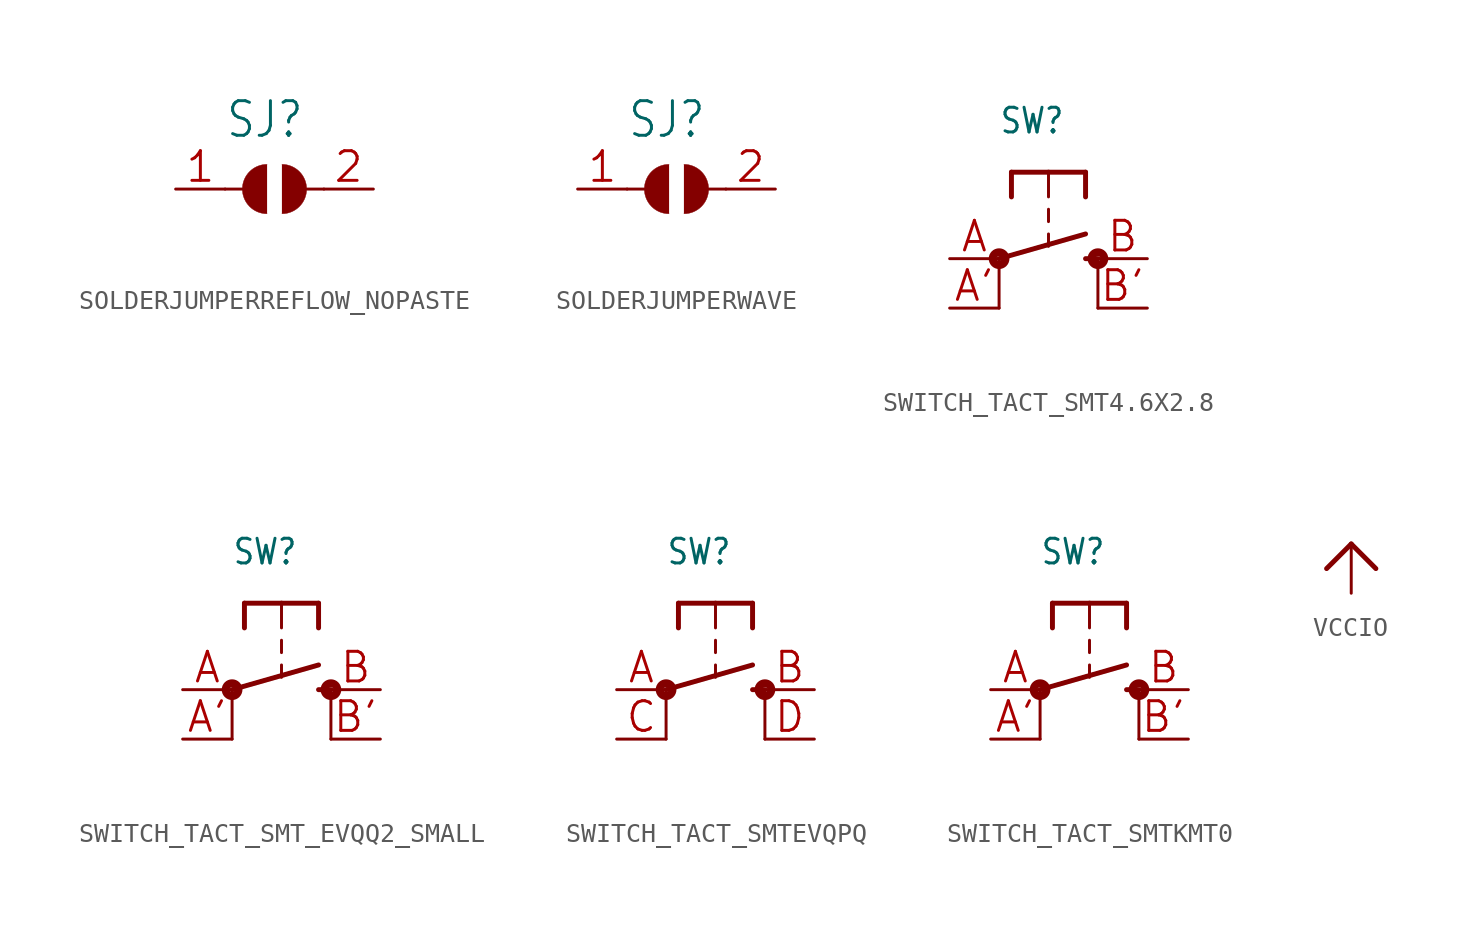
<source format=kicad_sym>
(kicad_symbol_lib
  (version 20241209)
  (generator "kicad_symbol_editor")
  (generator_version "9.0")
  (symbol "SOLDERJUMPERREFLOW_NOPASTE"
    (property "Reference" "SJ"
      (at -2.54 2.54 0)
      (effects (font (size 1.778 1.511)) (justify left bottom)))
    (property "Value" ""
      (at -2.54 -3.81 0)
      (effects (font (size 1.778 1.511)) (justify left bottom)))
    (property "ki_locked" ""
      (at 0 0 0)
      (effects (font (size 1.27 1.27))))
    (symbol "SOLDERJUMPERREFLOW_NOPASTE_1_0"
      (polyline (pts (xy -2.54 0) (xy -1.651 0)) (stroke (width 0.152) (type solid)) (fill (type none)))
      (arc (start -0.381 -1.27) (mid -1.651 0) (end -0.381 1.27) (stroke (width 0.0001) (type solid)) (fill (type outline)))
      (arc (start 0.381 1.27) (mid 1.651 0) (end 0.381 -1.27) (stroke (width 0.0001) (type solid)) (fill (type outline)))
      (polyline (pts (xy 2.54 0) (xy 1.651 0)) (stroke (width 0.152) (type solid)) (fill (type none)))
      (pin passive line (at -5.08 0 0) (length 2.54) (name "1" (effects (font (size 0 0)))) (number "1" (effects (font (size 1.524 1.524)))))
      (pin passive line (at 5.08 0 180) (length 2.54) (name "2" (effects (font (size 0 0)))) (number "2" (effects (font (size 1.524 1.524)))))))
  (symbol "SOLDERJUMPERWAVE"
    (property "Reference" "SJ"
      (at -2.54 2.54 0)
      (effects (font (size 1.778 1.511)) (justify left bottom)))
    (property "Value" ""
      (at -2.54 -3.81 0)
      (effects (font (size 1.778 1.511)) (justify left bottom)))
    (property "ki_locked" ""
      (at 0 0 0)
      (effects (font (size 1.27 1.27))))
    (symbol "SOLDERJUMPERWAVE_1_0"
      (polyline (pts (xy -2.54 0) (xy -1.651 0)) (stroke (width 0.152) (type solid)) (fill (type none)))
      (arc (start -0.381 -1.27) (mid -1.651 0) (end -0.381 1.27) (stroke (width 0.0001) (type solid)) (fill (type outline)))
      (arc (start 0.381 1.27) (mid 1.651 0) (end 0.381 -1.27) (stroke (width 0.0001) (type solid)) (fill (type outline)))
      (polyline (pts (xy 2.54 0) (xy 1.651 0)) (stroke (width 0.152) (type solid)) (fill (type none)))
      (pin passive line (at -5.08 0 0) (length 2.54) (name "1" (effects (font (size 0 0)))) (number "1" (effects (font (size 1.524 1.524)))))
      (pin passive line (at 5.08 0 180) (length 2.54) (name "2" (effects (font (size 0 0)))) (number "2" (effects (font (size 1.524 1.524)))))))
  (symbol "SWITCH_TACT_SMT4.6X2.8"
    (property "Reference" "SW"
      (at -2.54 6.35 0)
      (effects (font (size 1.27 1.079)) (justify left bottom)))
    (property "Value" ""
      (at -2.54 -5.08 0)
      (effects (font (size 1.27 1.079)) (justify left bottom)))
    (property "ki_locked" ""
      (at 0 0 0)
      (effects (font (size 1.27 1.27))))
    (symbol "SWITCH_TACT_SMT4.6X2.8_1_0"
      (circle (center -2.54 0) (radius 0.127) (stroke (width 0.406) (type solid)) (fill (type none)))
      (polyline (pts (xy -2.54 0) (xy 1.905 1.27)) (stroke (width 0.254) (type solid)) (fill (type none)))
      (polyline (pts (xy -2.54 -2.54) (xy -2.54 0)) (stroke (width 0.152) (type solid)) (fill (type none)))
      (polyline (pts (xy -1.905 4.445) (xy -1.905 3.175)) (stroke (width 0.254) (type solid)) (fill (type none)))
      (polyline (pts (xy 0 4.445) (xy -1.905 4.445)) (stroke (width 0.254) (type solid)) (fill (type none)))
      (polyline (pts (xy 0 4.445) (xy 0 3.175)) (stroke (width 0.152) (type solid)) (fill (type none)))
      (polyline (pts (xy 0 2.54) (xy 0 1.905)) (stroke (width 0.152) (type solid)) (fill (type none)))
      (polyline (pts (xy 0 1.27) (xy 0 0.635)) (stroke (width 0.152) (type solid)) (fill (type none)))
      (polyline (pts (xy 1.905 4.445) (xy 0 4.445)) (stroke (width 0.254) (type solid)) (fill (type none)))
      (polyline (pts (xy 1.905 4.445) (xy 1.905 3.175)) (stroke (width 0.254) (type solid)) (fill (type none)))
      (polyline (pts (xy 1.905 0) (xy 2.54 0)) (stroke (width 0.254) (type solid)) (fill (type none)))
      (circle (center 2.54 0) (radius 0.127) (stroke (width 0.406) (type solid)) (fill (type none)))
      (polyline (pts (xy 2.54 -2.54) (xy 2.54 0)) (stroke (width 0.152) (type solid)) (fill (type none)))
      (pin passive line (at -5.08 0 0) (length 2.54) (name "P" (effects (font (size 0 0)))) (number "A" (effects (font (size 1.524 1.524)))))
      (pin passive line (at -5.08 -2.54 0) (length 2.54) (name "P1" (effects (font (size 0 0)))) (number "A'" (effects (font (size 1.524 1.524)))))
      (pin passive line (at 5.08 0 180) (length 2.54) (name "S" (effects (font (size 0 0)))) (number "B" (effects (font (size 1.524 1.524)))))
      (pin passive line (at 5.08 -2.54 180) (length 2.54) (name "S1" (effects (font (size 0 0)))) (number "B'" (effects (font (size 1.524 1.524)))))))
  (symbol "SWITCH_TACT_SMT_EVQQ2_SMALL"
    (property "Reference" "SW"
      (at -2.54 6.35 0)
      (effects (font (size 1.27 1.079)) (justify left bottom)))
    (property "Value" ""
      (at -2.54 -5.08 0)
      (effects (font (size 1.27 1.079)) (justify left bottom)))
    (property "ki_locked" ""
      (at 0 0 0)
      (effects (font (size 1.27 1.27))))
    (symbol "SWITCH_TACT_SMT_EVQQ2_SMALL_1_0"
      (circle (center -2.54 0) (radius 0.127) (stroke (width 0.406) (type solid)) (fill (type none)))
      (polyline (pts (xy -2.54 0) (xy 1.905 1.27)) (stroke (width 0.254) (type solid)) (fill (type none)))
      (polyline (pts (xy -2.54 -2.54) (xy -2.54 0)) (stroke (width 0.152) (type solid)) (fill (type none)))
      (polyline (pts (xy -1.905 4.445) (xy -1.905 3.175)) (stroke (width 0.254) (type solid)) (fill (type none)))
      (polyline (pts (xy 0 4.445) (xy -1.905 4.445)) (stroke (width 0.254) (type solid)) (fill (type none)))
      (polyline (pts (xy 0 4.445) (xy 0 3.175)) (stroke (width 0.152) (type solid)) (fill (type none)))
      (polyline (pts (xy 0 2.54) (xy 0 1.905)) (stroke (width 0.152) (type solid)) (fill (type none)))
      (polyline (pts (xy 0 1.27) (xy 0 0.635)) (stroke (width 0.152) (type solid)) (fill (type none)))
      (polyline (pts (xy 1.905 4.445) (xy 0 4.445)) (stroke (width 0.254) (type solid)) (fill (type none)))
      (polyline (pts (xy 1.905 4.445) (xy 1.905 3.175)) (stroke (width 0.254) (type solid)) (fill (type none)))
      (polyline (pts (xy 1.905 0) (xy 2.54 0)) (stroke (width 0.254) (type solid)) (fill (type none)))
      (circle (center 2.54 0) (radius 0.127) (stroke (width 0.406) (type solid)) (fill (type none)))
      (polyline (pts (xy 2.54 -2.54) (xy 2.54 0)) (stroke (width 0.152) (type solid)) (fill (type none)))
      (pin passive line (at -5.08 0 0) (length 2.54) (name "P" (effects (font (size 0 0)))) (number "A" (effects (font (size 1.524 1.524)))))
      (pin passive line (at -5.08 -2.54 0) (length 2.54) (name "P1" (effects (font (size 0 0)))) (number "A'" (effects (font (size 1.524 1.524)))))
      (pin passive line (at 5.08 0 180) (length 2.54) (name "S" (effects (font (size 0 0)))) (number "B" (effects (font (size 1.524 1.524)))))
      (pin passive line (at 5.08 -2.54 180) (length 2.54) (name "S1" (effects (font (size 0 0)))) (number "B'" (effects (font (size 1.524 1.524)))))))
  (symbol "SWITCH_TACT_SMTEVQPQ"
    (property "Reference" "SW"
      (at -2.54 6.35 0)
      (effects (font (size 1.27 1.079)) (justify left bottom)))
    (property "Value" ""
      (at -2.54 -5.08 0)
      (effects (font (size 1.27 1.079)) (justify left bottom)))
    (property "ki_locked" ""
      (at 0 0 0)
      (effects (font (size 1.27 1.27))))
    (symbol "SWITCH_TACT_SMTEVQPQ_1_0"
      (circle (center -2.54 0) (radius 0.127) (stroke (width 0.406) (type solid)) (fill (type none)))
      (polyline (pts (xy -2.54 0) (xy 1.905 1.27)) (stroke (width 0.254) (type solid)) (fill (type none)))
      (polyline (pts (xy -2.54 -2.54) (xy -2.54 0)) (stroke (width 0.152) (type solid)) (fill (type none)))
      (polyline (pts (xy -1.905 4.445) (xy -1.905 3.175)) (stroke (width 0.254) (type solid)) (fill (type none)))
      (polyline (pts (xy 0 4.445) (xy -1.905 4.445)) (stroke (width 0.254) (type solid)) (fill (type none)))
      (polyline (pts (xy 0 4.445) (xy 0 3.175)) (stroke (width 0.152) (type solid)) (fill (type none)))
      (polyline (pts (xy 0 2.54) (xy 0 1.905)) (stroke (width 0.152) (type solid)) (fill (type none)))
      (polyline (pts (xy 0 1.27) (xy 0 0.635)) (stroke (width 0.152) (type solid)) (fill (type none)))
      (polyline (pts (xy 1.905 4.445) (xy 0 4.445)) (stroke (width 0.254) (type solid)) (fill (type none)))
      (polyline (pts (xy 1.905 4.445) (xy 1.905 3.175)) (stroke (width 0.254) (type solid)) (fill (type none)))
      (polyline (pts (xy 1.905 0) (xy 2.54 0)) (stroke (width 0.254) (type solid)) (fill (type none)))
      (circle (center 2.54 0) (radius 0.127) (stroke (width 0.406) (type solid)) (fill (type none)))
      (polyline (pts (xy 2.54 -2.54) (xy 2.54 0)) (stroke (width 0.152) (type solid)) (fill (type none)))
      (pin passive line (at -5.08 0 0) (length 2.54) (name "P" (effects (font (size 0 0)))) (number "A" (effects (font (size 1.524 1.524)))))
      (pin passive line (at -5.08 -2.54 0) (length 2.54) (name "P1" (effects (font (size 0 0)))) (number "C" (effects (font (size 1.524 1.524)))))
      (pin passive line (at 5.08 0 180) (length 2.54) (name "S" (effects (font (size 0 0)))) (number "B" (effects (font (size 1.524 1.524)))))
      (pin passive line (at 5.08 -2.54 180) (length 2.54) (name "S1" (effects (font (size 0 0)))) (number "D" (effects (font (size 1.524 1.524)))))))
  (symbol "SWITCH_TACT_SMTKMT0"
    (property "Reference" "SW"
      (at -2.54 6.35 0)
      (effects (font (size 1.27 1.079)) (justify left bottom)))
    (property "Value" ""
      (at -2.54 -5.08 0)
      (effects (font (size 1.27 1.079)) (justify left bottom)))
    (property "ki_locked" ""
      (at 0 0 0)
      (effects (font (size 1.27 1.27))))
    (symbol "SWITCH_TACT_SMTKMT0_1_0"
      (circle (center -2.54 0) (radius 0.127) (stroke (width 0.406) (type solid)) (fill (type none)))
      (polyline (pts (xy -2.54 0) (xy 1.905 1.27)) (stroke (width 0.254) (type solid)) (fill (type none)))
      (polyline (pts (xy -2.54 -2.54) (xy -2.54 0)) (stroke (width 0.152) (type solid)) (fill (type none)))
      (polyline (pts (xy -1.905 4.445) (xy -1.905 3.175)) (stroke (width 0.254) (type solid)) (fill (type none)))
      (polyline (pts (xy 0 4.445) (xy -1.905 4.445)) (stroke (width 0.254) (type solid)) (fill (type none)))
      (polyline (pts (xy 0 4.445) (xy 0 3.175)) (stroke (width 0.152) (type solid)) (fill (type none)))
      (polyline (pts (xy 0 2.54) (xy 0 1.905)) (stroke (width 0.152) (type solid)) (fill (type none)))
      (polyline (pts (xy 0 1.27) (xy 0 0.635)) (stroke (width 0.152) (type solid)) (fill (type none)))
      (polyline (pts (xy 1.905 4.445) (xy 0 4.445)) (stroke (width 0.254) (type solid)) (fill (type none)))
      (polyline (pts (xy 1.905 4.445) (xy 1.905 3.175)) (stroke (width 0.254) (type solid)) (fill (type none)))
      (polyline (pts (xy 1.905 0) (xy 2.54 0)) (stroke (width 0.254) (type solid)) (fill (type none)))
      (circle (center 2.54 0) (radius 0.127) (stroke (width 0.406) (type solid)) (fill (type none)))
      (polyline (pts (xy 2.54 -2.54) (xy 2.54 0)) (stroke (width 0.152) (type solid)) (fill (type none)))
      (pin passive line (at -5.08 0 0) (length 2.54) (name "P" (effects (font (size 0 0)))) (number "A" (effects (font (size 1.524 1.524)))))
      (pin passive line (at -5.08 -2.54 0) (length 2.54) (name "P1" (effects (font (size 0 0)))) (number "A'" (effects (font (size 1.524 1.524)))))
      (pin passive line (at 5.08 0 180) (length 2.54) (name "S" (effects (font (size 0 0)))) (number "B" (effects (font (size 1.524 1.524)))))
      (pin passive line (at 5.08 -2.54 180) (length 2.54) (name "S1" (effects (font (size 0 0)))) (number "B'" (effects (font (size 1.524 1.524)))))))
  (symbol "VCCIO"
    (power)
    (property "Reference" ""
      (at 0 0 0)
      (effects (font (size 1.27 1.27)) (hide yes)))
    (property "Value" ""
      (at -1.524 1.016 0)
      (effects (font (size 1.27 1.079)) (justify left bottom)))
    (property "ki_locked" ""
      (at 0 0 0)
      (effects (font (size 1.27 1.27))))
    (symbol "VCCIO_1_0"
      (polyline (pts (xy -1.27 -1.27) (xy 0 0)) (stroke (width 0.254) (type solid)) (fill (type none)))
      (polyline (pts (xy 0 0) (xy 1.27 -1.27)) (stroke (width 0.254) (type solid)) (fill (type none)))
      (pin power_in line (at 0 -2.54 90) (length 2.54) (name "VCCIO" (effects (font (size 0 0)))) (number "1" (effects (font (size 0 0))))))))
</source>
